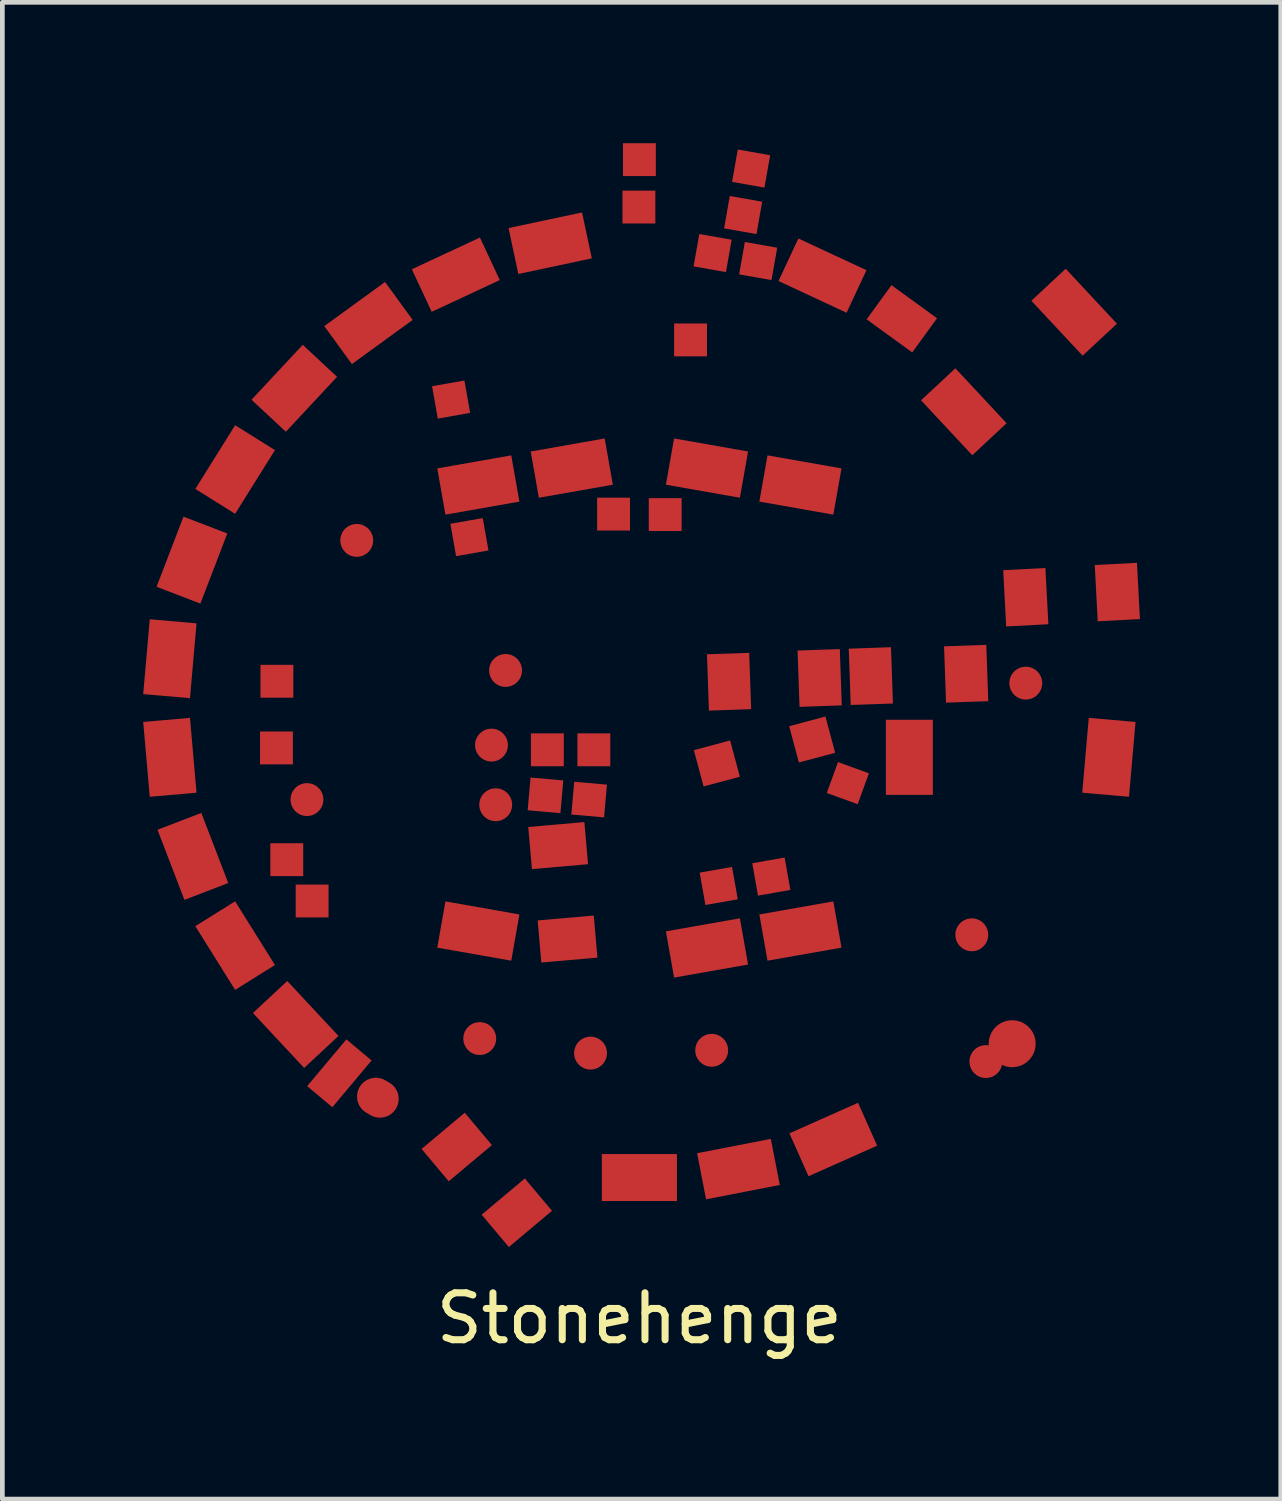
<source format=kicad_pcb>
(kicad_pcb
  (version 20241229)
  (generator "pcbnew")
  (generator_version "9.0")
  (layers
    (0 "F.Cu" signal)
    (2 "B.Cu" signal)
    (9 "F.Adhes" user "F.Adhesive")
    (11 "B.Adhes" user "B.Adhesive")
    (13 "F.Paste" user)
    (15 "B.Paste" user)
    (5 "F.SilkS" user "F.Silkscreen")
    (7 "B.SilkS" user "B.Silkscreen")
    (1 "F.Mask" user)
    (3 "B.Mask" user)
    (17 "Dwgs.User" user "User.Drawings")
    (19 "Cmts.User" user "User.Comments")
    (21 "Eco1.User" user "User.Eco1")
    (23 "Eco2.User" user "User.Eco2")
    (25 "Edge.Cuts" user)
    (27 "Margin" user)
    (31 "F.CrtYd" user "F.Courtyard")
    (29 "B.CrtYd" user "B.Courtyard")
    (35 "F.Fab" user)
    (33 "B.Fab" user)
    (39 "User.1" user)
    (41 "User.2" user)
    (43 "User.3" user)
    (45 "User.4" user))
  (footprint "Stonehenge"
    (layer "F.Cu")
    (at 10.568 12.03)
    (property "Reference" "Stonehenge" (at 0 13 0) (layer "F.SilkS") (effects (font (size 1 1) (thickness 0.15))))
    (attr smd)
    (pad "1" smd rect (at -10 -1.05 355) (size 1 1.6) (layers "F.Cu" "F.Mask" "F.Paste"))
    (pad "2" smd rect (at -10 1.05 5) (size 1 1.6) (layers "F.Cu" "F.Mask" "F.Paste"))
    (pad "3" smd rect (at -9.51 3.16 21) (size 1 1.6) (layers "F.Cu" "F.Mask" "F.Paste"))
    (pad "4" smd rect (at -8.61 5.06 32) (size 1 1.6) (layers "F.Cu" "F.Mask" "F.Paste"))
    (pad "5" smd rect (at -7.32 6.74 43) (size 1 1.6) (layers "F.Cu" "F.Mask" "F.Paste"))
    (pad "6" smd rect (at -9.53 -3.15 339) (size 1 1.6) (layers "F.Cu" "F.Mask" "F.Paste"))
    (pad "7" smd rect (at -8.61 -5.08 328) (size 1 1.6) (layers "F.Cu" "F.Mask" "F.Paste"))
    (pad "8" smd rect (at -7.35 -6.81 317) (size 1 1.6) (layers "F.Cu" "F.Mask" "F.Paste"))
    (pad "9" smd rect (at -5.77 -8.2 306) (size 1 1.6) (layers "F.Cu" "F.Mask" "F.Paste"))
    (pad "10" smd rect (at -3.91 -9.23 295) (size 1 1.6) (layers "F.Cu" "F.Mask" "F.Paste"))
    (pad "11" smd rect (at -1.9 -9.9 282) (size 1 1.6) (layers "F.Cu" "F.Mask" "F.Paste"))
    (pad "12" smd rect (at -3.43 -4.75 100) (size 1 1.6) (layers "F.Cu" "F.Mask" "F.Paste"))
    (pad "13" smd rect (at -1.44 -5.11 100) (size 1 1.6) (layers "F.Cu" "F.Mask" "F.Paste"))
    (pad "14" smd rect (at 1.44 -5.11 80) (size 1 1.6) (layers "F.Cu" "F.Mask" "F.Paste"))
    (pad "15" smd rect (at 3.43 -4.75 80) (size 1 1.6) (layers "F.Cu" "F.Mask" "F.Paste"))
    (pad "16" smd rect (at 5.75 1.05 180) (size 1 1.6) (layers "F.Cu" "F.Mask" "F.Paste"))
    (pad "17" smd rect (at 3.43 4.75 280) (size 1 1.6) (layers "F.Cu" "F.Mask" "F.Paste"))
    (pad "18" smd rect (at 1.44 5.11 280) (size 1 1.6) (layers "F.Cu" "F.Mask" "F.Paste"))
    (pad "19" smd rect (at -3.43 4.75 260) (size 1 1.6) (layers "F.Cu" "F.Mask" "F.Paste"))
    (pad "20" smd rect (at 2.11 9.82 101) (size 1 1.6) (layers "F.Cu" "F.Mask" "F.Paste"))
    (pad "21" smd rect (at 4.13 9.19 114) (size 1 1.6) (layers "F.Cu" "F.Mask" "F.Paste"))
    (pad "22" smd rect (at 0 10 270) (size 1 1.6) (layers "F.Cu" "F.Mask" "F.Paste"))
    (pad "23" smd rect (at 3.9 -9.21 245) (size 1 1.6) (layers "F.Cu" "F.Mask" "F.Paste"))
    (pad "24" smd rect (at 10 1.05 175) (size 1 1.6) (layers "F.Cu" "F.Mask" "F.Paste"))
    (pad "25" smd rect (at 5.59 -8.29 234) (size 0.9 1.2) (layers "F.Cu" "F.Mask" "F.Paste"))
    (pad "26" smd rect (at -1.53 4.92 95) (size 0.9 1.2) (layers "F.Cu" "F.Mask" "F.Paste"))
    (pad "27" smd rect (at -1.73 2.93 95) (size 0.9 1.2) (layers "F.Cu" "F.Mask" "F.Paste"))
    (pad "28" smd rect (at 6.96 -0.73 2) (size 0.9 1.2) (layers "F.Cu" "F.Mask" "F.Paste"))
    (pad "29" smd rect (at 4.93 -0.68 2) (size 0.9 1.2) (layers "F.Cu" "F.Mask" "F.Paste"))
    (pad "30" smd rect (at 3.84 -0.64 2) (size 0.9 1.2) (layers "F.Cu" "F.Mask" "F.Paste"))
    (pad "31" smd rect (at 1.91 -0.56 2) (size 0.9 1.2) (layers "F.Cu" "F.Mask" "F.Paste"))
    (pad "32" smd rect (at 6.91 -6.31 223) (size 1 1.6) (layers "F.Cu" "F.Mask" "F.Paste"))
    (pad "33" smd rect (at 9.26 -8.43 223) (size 1 1.6) (layers "F.Cu" "F.Mask" "F.Paste"))
    (pad "34" smd rect (at 8.23 -2.36 3) (size 0.9 1.2) (layers "F.Cu" "F.Mask" "F.Paste"))
    (pad "35" smd rect (at 10.18 -2.47 3) (size 0.9 1.2) (layers "F.Cu" "F.Mask" "F.Paste"))
    (pad "36" smd rect (at -2 1.86 355) (size 0.7 0.7) (layers "F.Cu" "F.Mask" "F.Paste"))
    (pad "37" smd rect (at -1.07 1.95 355) (size 0.7 0.7) (layers "F.Cu" "F.Mask" "F.Paste"))
    (pad "38" smd rect (at -1.96 0.89) (size 0.7 0.7) (layers "F.Cu" "F.Mask" "F.Paste"))
    (pad "39" smd rect (at -0.97 0.89) (size 0.7 0.7) (layers "F.Cu" "F.Mask" "F.Paste"))
    (pad "40" smd rect (at -0.55 -4.13 90) (size 0.7 0.7) (layers "F.Cu" "F.Mask" "F.Paste"))
    (pad "41" smd rect (at 0.55 -4.12 90) (size 0.7 0.7) (layers "F.Cu" "F.Mask" "F.Paste"))
    (pad "42" smd rect (at -3.62 -3.64 100) (size 0.7 0.7) (layers "F.Cu" "F.Mask" "F.Paste"))
    (pad "43" smd rect (at 2.81 3.59 100) (size 0.7 0.7) (layers "F.Cu" "F.Mask" "F.Paste"))
    (pad "44" smd rect (at 1.69 3.79 100) (size 0.7 0.7) (layers "F.Cu" "F.Mask" "F.Paste"))
    (pad "45" smd rect (at 4.44 1.6 340) (size 0.7 0.7) (layers "F.Cu" "F.Mask" "F.Paste"))
    (pad "46" smd rect (at -4.01 -6.57 100) (size 0.7 0.7) (layers "F.Cu" "F.Mask" "F.Paste"))
    (pad "47" smd rect (at 1.09 -7.84 90) (size 0.7 0.7) (layers "F.Cu" "F.Mask" "F.Paste"))
    (pad "48" smd rect (at 2.21 -10.5 80) (size 0.7 0.7) (layers "F.Cu" "F.Mask" "F.Paste"))
    (pad "49" smd rect (at 2.38 -11.49 80) (size 0.7 0.7) (layers "F.Cu" "F.Mask" "F.Paste"))
    (pad "50" smd rect (at -0.01 -10.67 90) (size 0.7 0.7) (layers "F.Cu" "F.Mask" "F.Paste"))
    (pad "51" smd rect (at 0 -11.68 90) (size 0.7 0.7) (layers "F.Cu" "F.Mask" "F.Paste"))
    (pad "52" smd rect (at 2.53 -9.52 170) (size 0.7 0.7) (layers "F.Cu" "F.Mask" "F.Paste"))
    (pad "53" smd rect (at 1.56 -9.69 170) (size 0.7 0.7) (layers "F.Cu" "F.Mask" "F.Paste"))
    (pad "54" smd rect (at 3.68 0.67 195) (size 0.8 0.8) (layers "F.Cu" "F.Mask" "F.Paste"))
    (pad "55" smd rect (at 1.65 1.18 195) (size 0.8 0.8) (layers "F.Cu" "F.Mask" "F.Paste"))
    (pad "56" smd circle (at -3.06 2.06) (size 0.7 0.7) (layers "F.Cu" "F.Mask" "F.Paste"))
    (pad "57" smd circle (at -3.15 0.79) (size 0.7 0.7) (layers "F.Cu" "F.Mask" "F.Paste"))
    (pad "58" smd circle (at -2.85 -0.8) (size 0.7 0.7) (layers "F.Cu" "F.Mask" "F.Paste"))
    (pad "59" smd rect (at -7.72 -0.57) (size 0.7 0.7) (layers "F.Cu" "F.Mask" "F.Paste"))
    (pad "60" smd rect (at -7.73 0.85) (size 0.7 0.7) (layers "F.Cu" "F.Mask" "F.Paste"))
    (pad "61" smd rect (at -7.51 3.23) (size 0.7 0.7) (layers "F.Cu" "F.Mask" "F.Paste"))
    (pad "62" smd circle (at -7.08 1.95) (size 0.7 0.7) (layers "F.Cu" "F.Mask" "F.Paste"))
    (pad "63" smd rect (at -6.97 4.11) (size 0.7 0.7) (layers "F.Cu" "F.Mask" "F.Paste"))
    (pad "64" smd circle (at 8.23 -0.53) (size 0.7 0.7) (layers "F.Cu" "F.Mask" "F.Paste"))
    (pad "65" smd rect (at -2.61 10.75 130) (size 0.9 1.2) (layers "F.Cu" "F.Mask" "F.Paste"))
    (pad "66" smd rect (at -3.89 9.35 130) (size 0.9 1.2) (layers "F.Cu" "F.Mask" "F.Paste"))
    (pad "67" smd oval (at -5.57 8.3 330) (size 0.9 0.8) (layers "F.Cu" "F.Mask" "F.Paste"))
    (pad "68" smd rect (at -6.39 7.78 320) (size 0.7 1.3) (layers "F.Cu" "F.Mask" "F.Paste"))
    (pad "69" smd circle (at 7.38 7.53) (size 0.7 0.7) (layers "F.Cu" "F.Mask" "F.Paste"))
    (pad "69" smd circle (at 7.94 7.15) (size 1 1) (layers "F.Cu" "F.Mask" "F.Paste"))
    (pad "70" smd circle (at -6.02 -3.57) (size 0.7 0.7) (layers "F.Cu" "F.Mask" "F.Paste"))
    (pad "71" smd circle (at -3.4 7.04) (size 0.7 0.7) (layers "F.Cu" "F.Mask" "F.Paste"))
    (pad "72" smd circle (at -1.04 7.35) (size 0.7 0.7) (layers "F.Cu" "F.Mask" "F.Paste"))
    (pad "73" smd circle (at 1.54 7.29) (size 0.7 0.7) (layers "F.Cu" "F.Mask" "F.Paste"))
    (pad "74" smd circle (at 7.08 4.83) (size 0.7 0.7) (layers "F.Cu" "F.Mask" "F.Paste")))
  (gr_rect
    (start -3 -3)
    (end 24.229 28.878)
    (stroke (width 0.1) (type default))
    (fill no)
    (layer "Edge.Cuts")))
</source>
